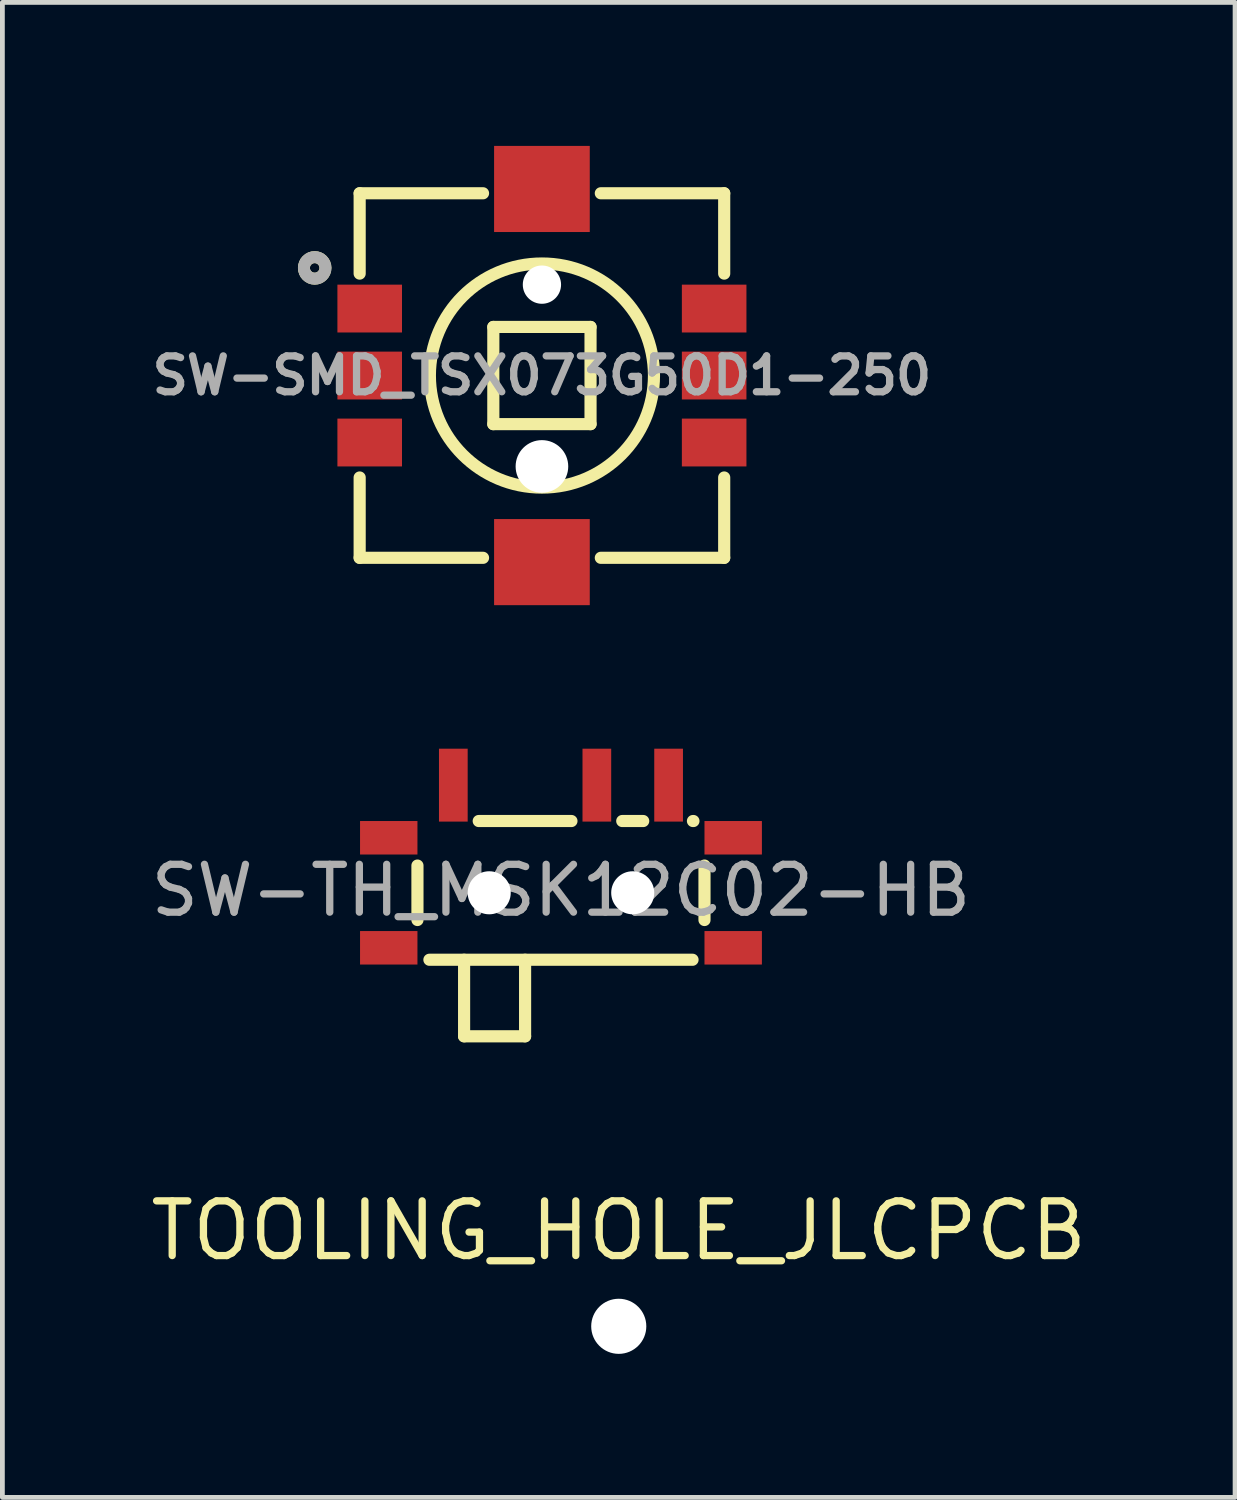
<source format=kicad_pcb>
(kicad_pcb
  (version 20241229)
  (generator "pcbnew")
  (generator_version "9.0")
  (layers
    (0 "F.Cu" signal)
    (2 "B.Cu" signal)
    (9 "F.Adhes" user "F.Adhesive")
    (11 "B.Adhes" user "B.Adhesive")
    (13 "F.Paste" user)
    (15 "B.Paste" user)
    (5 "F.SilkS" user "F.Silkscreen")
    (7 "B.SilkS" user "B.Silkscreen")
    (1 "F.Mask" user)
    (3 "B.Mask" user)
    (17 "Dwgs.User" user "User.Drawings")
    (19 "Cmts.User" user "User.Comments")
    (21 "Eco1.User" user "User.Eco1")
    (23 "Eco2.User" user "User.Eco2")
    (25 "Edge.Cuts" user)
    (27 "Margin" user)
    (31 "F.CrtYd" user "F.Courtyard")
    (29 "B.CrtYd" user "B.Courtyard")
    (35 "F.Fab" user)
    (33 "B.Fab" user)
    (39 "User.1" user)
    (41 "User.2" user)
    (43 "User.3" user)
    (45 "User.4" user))
  (footprint "SW-SMD_TSX073G50D1-250"
    (layer "F.Cu")
    (at 8.278 4.8)
    (property "Reference" "SW-SMD_TSX073G50D1-250" (at 0 0 0) (layer "F.Fab") (effects (font (size 0.75 0.75) (thickness 0.152))))
    (attr smd)
    (fp_line (start -3.81 -3.81) (end -3.81 -2.131) (stroke (width 0.254) (type solid)) (layer "F.SilkS"))
    (fp_line (start -3.81 2.131) (end -3.81 3.81) (stroke (width 0.254) (type solid)) (layer "F.SilkS"))
    (fp_line (start -3.81 3.81) (end -1.231 3.81) (stroke (width 0.254) (type solid)) (layer "F.SilkS"))
    (fp_line (start -1.231 -3.81) (end -3.81 -3.81) (stroke (width 0.254) (type solid)) (layer "F.SilkS"))
    (fp_line (start -1.016 -1.016) (end 1.016 -1.016) (stroke (width 0.254) (type solid)) (layer "F.SilkS"))
    (fp_line (start -1.016 1.016) (end -1.016 -1.016) (stroke (width 0.254) (type solid)) (layer "F.SilkS"))
    (fp_line (start 1.016 -1.016) (end 1.016 1.016) (stroke (width 0.254) (type solid)) (layer "F.SilkS"))
    (fp_line (start 1.016 1.016) (end -1.016 1.016) (stroke (width 0.254) (type solid)) (layer "F.SilkS"))
    (fp_line (start 1.231 3.81) (end 3.81 3.81) (stroke (width 0.254) (type solid)) (layer "F.SilkS"))
    (fp_line (start 3.81 -3.81) (end 1.231 -3.81) (stroke (width 0.254) (type solid)) (layer "F.SilkS"))
    (fp_line (start 3.81 -2.131) (end 3.81 -3.81) (stroke (width 0.254) (type solid)) (layer "F.SilkS"))
    (fp_line (start 3.81 3.81) (end 3.81 2.131) (stroke (width 0.254) (type solid)) (layer "F.SilkS"))
    (fp_circle (center -4.75 -2.25) (end -4.65 -2.25) (stroke (width 0.25) (type solid)) (fill no) (layer "F.SilkS"))
    (fp_circle (center 0 0) (end 2.342 0) (stroke (width 0.254) (type solid)) (fill no) (layer "F.SilkS"))
    (fp_circle (center -4.75 -2.25) (end -4.65 -2.25) (stroke (width 0.25) (type solid)) (fill no) (layer "F.Fab"))
    (pad "" np_thru_hole circle (at 0 -1.9) (size 0.8 0.8) (drill 0.8) (layers "*.Cu" "*.Mask"))
    (pad "" np_thru_hole circle (at 0 1.9) (size 1.1 1.1) (drill 1.1) (layers "*.Cu" "*.Mask"))
    (pad "1" smd rect (at -3.6 -1.4) (size 1.35 1) (layers "F.Cu" "F.Mask" "F.Paste"))
    (pad "2" smd rect (at -3.6 0) (size 1.35 1) (layers "F.Cu" "F.Mask" "F.Paste"))
    (pad "3" smd rect (at -3.6 1.4) (size 1.35 1) (layers "F.Cu" "F.Mask" "F.Paste"))
    (pad "4" smd rect (at 3.6 -1.4) (size 1.35 1) (layers "F.Cu" "F.Mask" "F.Paste"))
    (pad "5" smd rect (at 0 -3.9) (size 2 1.8) (layers "F.Cu" "F.Mask" "F.Paste"))
    (pad "5" smd rect (at 0 3.9) (size 2 1.8) (layers "F.Cu" "F.Mask" "F.Paste"))
    (pad "5" smd rect (at 3.6 0) (size 1.35 1) (layers "F.Cu" "F.Mask" "F.Paste"))
    (pad "6" smd rect (at 3.6 1.4) (size 1.35 1) (layers "F.Cu" "F.Mask" "F.Paste")))
  (footprint "TOOLING_HOLE_JLCPCB"
    (layer "F.Cu")
    (at 9.884 24.674)
    (property "Reference" "TOOLING_HOLE_JLCPCB" (at 0 -2 0) (layer "F.SilkS") (effects (font (size 1.143 1.143) (thickness 0.152))))
    (attr through_hole)
    (pad "" np_thru_hole circle (at 0 0) (size 1.152 1.152) (drill 1.152) (layers "*.Cu" "*.Mask")))
  (footprint "SW-TH_MSK12C02-HB"
    (layer "F.Cu")
    (at 8.676 15.062)
    (property "Reference" "SW-TH_MSK12C02-HB" (at 0 0.5 0) (layer "F.Fab") (effects (font (size 1 1) (thickness 0.152))))
    (attr smd)
    (fp_line (start -3 1.119) (end -3 -0.019) (stroke (width 0.254) (type solid)) (layer "F.SilkS"))
    (fp_line (start -2.75 1.95) (end 2.75 1.95) (stroke (width 0.254) (type solid)) (layer "F.SilkS"))
    (fp_line (start -2.025 1.95) (end -2.025 3.55) (stroke (width 0.254) (type solid)) (layer "F.SilkS"))
    (fp_line (start -2.025 3.55) (end -0.75 3.55) (stroke (width 0.254) (type solid)) (layer "F.SilkS"))
    (fp_line (start -0.75 3.55) (end -0.75 1.95) (stroke (width 0.254) (type solid)) (layer "F.SilkS"))
    (fp_line (start 0.219 -0.95) (end -1.719 -0.95) (stroke (width 0.254) (type solid)) (layer "F.SilkS"))
    (fp_line (start 1.719 -0.95) (end 1.281 -0.95) (stroke (width 0.254) (type solid)) (layer "F.SilkS"))
    (fp_line (start 2.769 -0.95) (end 2.759 -0.95) (stroke (width 0.254) (type solid)) (layer "F.SilkS"))
    (fp_line (start 3 -0.019) (end 3 1.119) (stroke (width 0.254) (type solid)) (layer "F.SilkS"))
    (pad "" np_thru_hole circle (at -1.5 0.55) (size 0.9 0.9) (drill 0.9) (layers "*.Cu" "*.Mask"))
    (pad "" np_thru_hole circle (at 1.5 0.55) (size 0.9 0.9) (drill 0.9) (layers "*.Cu" "*.Mask"))
    (pad "1" smd rect (at -2.25 -1.7 90) (size 1.524 0.6) (layers "F.Cu" "F.Mask" "F.Paste"))
    (pad "2" smd rect (at 0.75 -1.7 90) (size 1.524 0.6) (layers "F.Cu" "F.Mask" "F.Paste"))
    (pad "3" smd rect (at 2.25 -1.7 90) (size 1.524 0.6) (layers "F.Cu" "F.Mask" "F.Paste"))
    (pad "4" smd rect (at -3.6 -0.6 180) (size 1.2 0.7) (layers "F.Cu" "F.Mask" "F.Paste"))
    (pad "4" smd rect (at -3.6 1.7 180) (size 1.2 0.7) (layers "F.Cu" "F.Mask" "F.Paste"))
    (pad "4" smd rect (at 3.6 -0.6 180) (size 1.2 0.7) (layers "F.Cu" "F.Mask" "F.Paste"))
    (pad "4" smd rect (at 3.6 1.7 180) (size 1.2 0.7) (layers "F.Cu" "F.Mask" "F.Paste")))
  (gr_rect
    (start -3 -3)
    (end 22.767 28.25)
    (stroke (width 0.1) (type default))
    (fill no)
    (layer "Edge.Cuts")))
</source>
